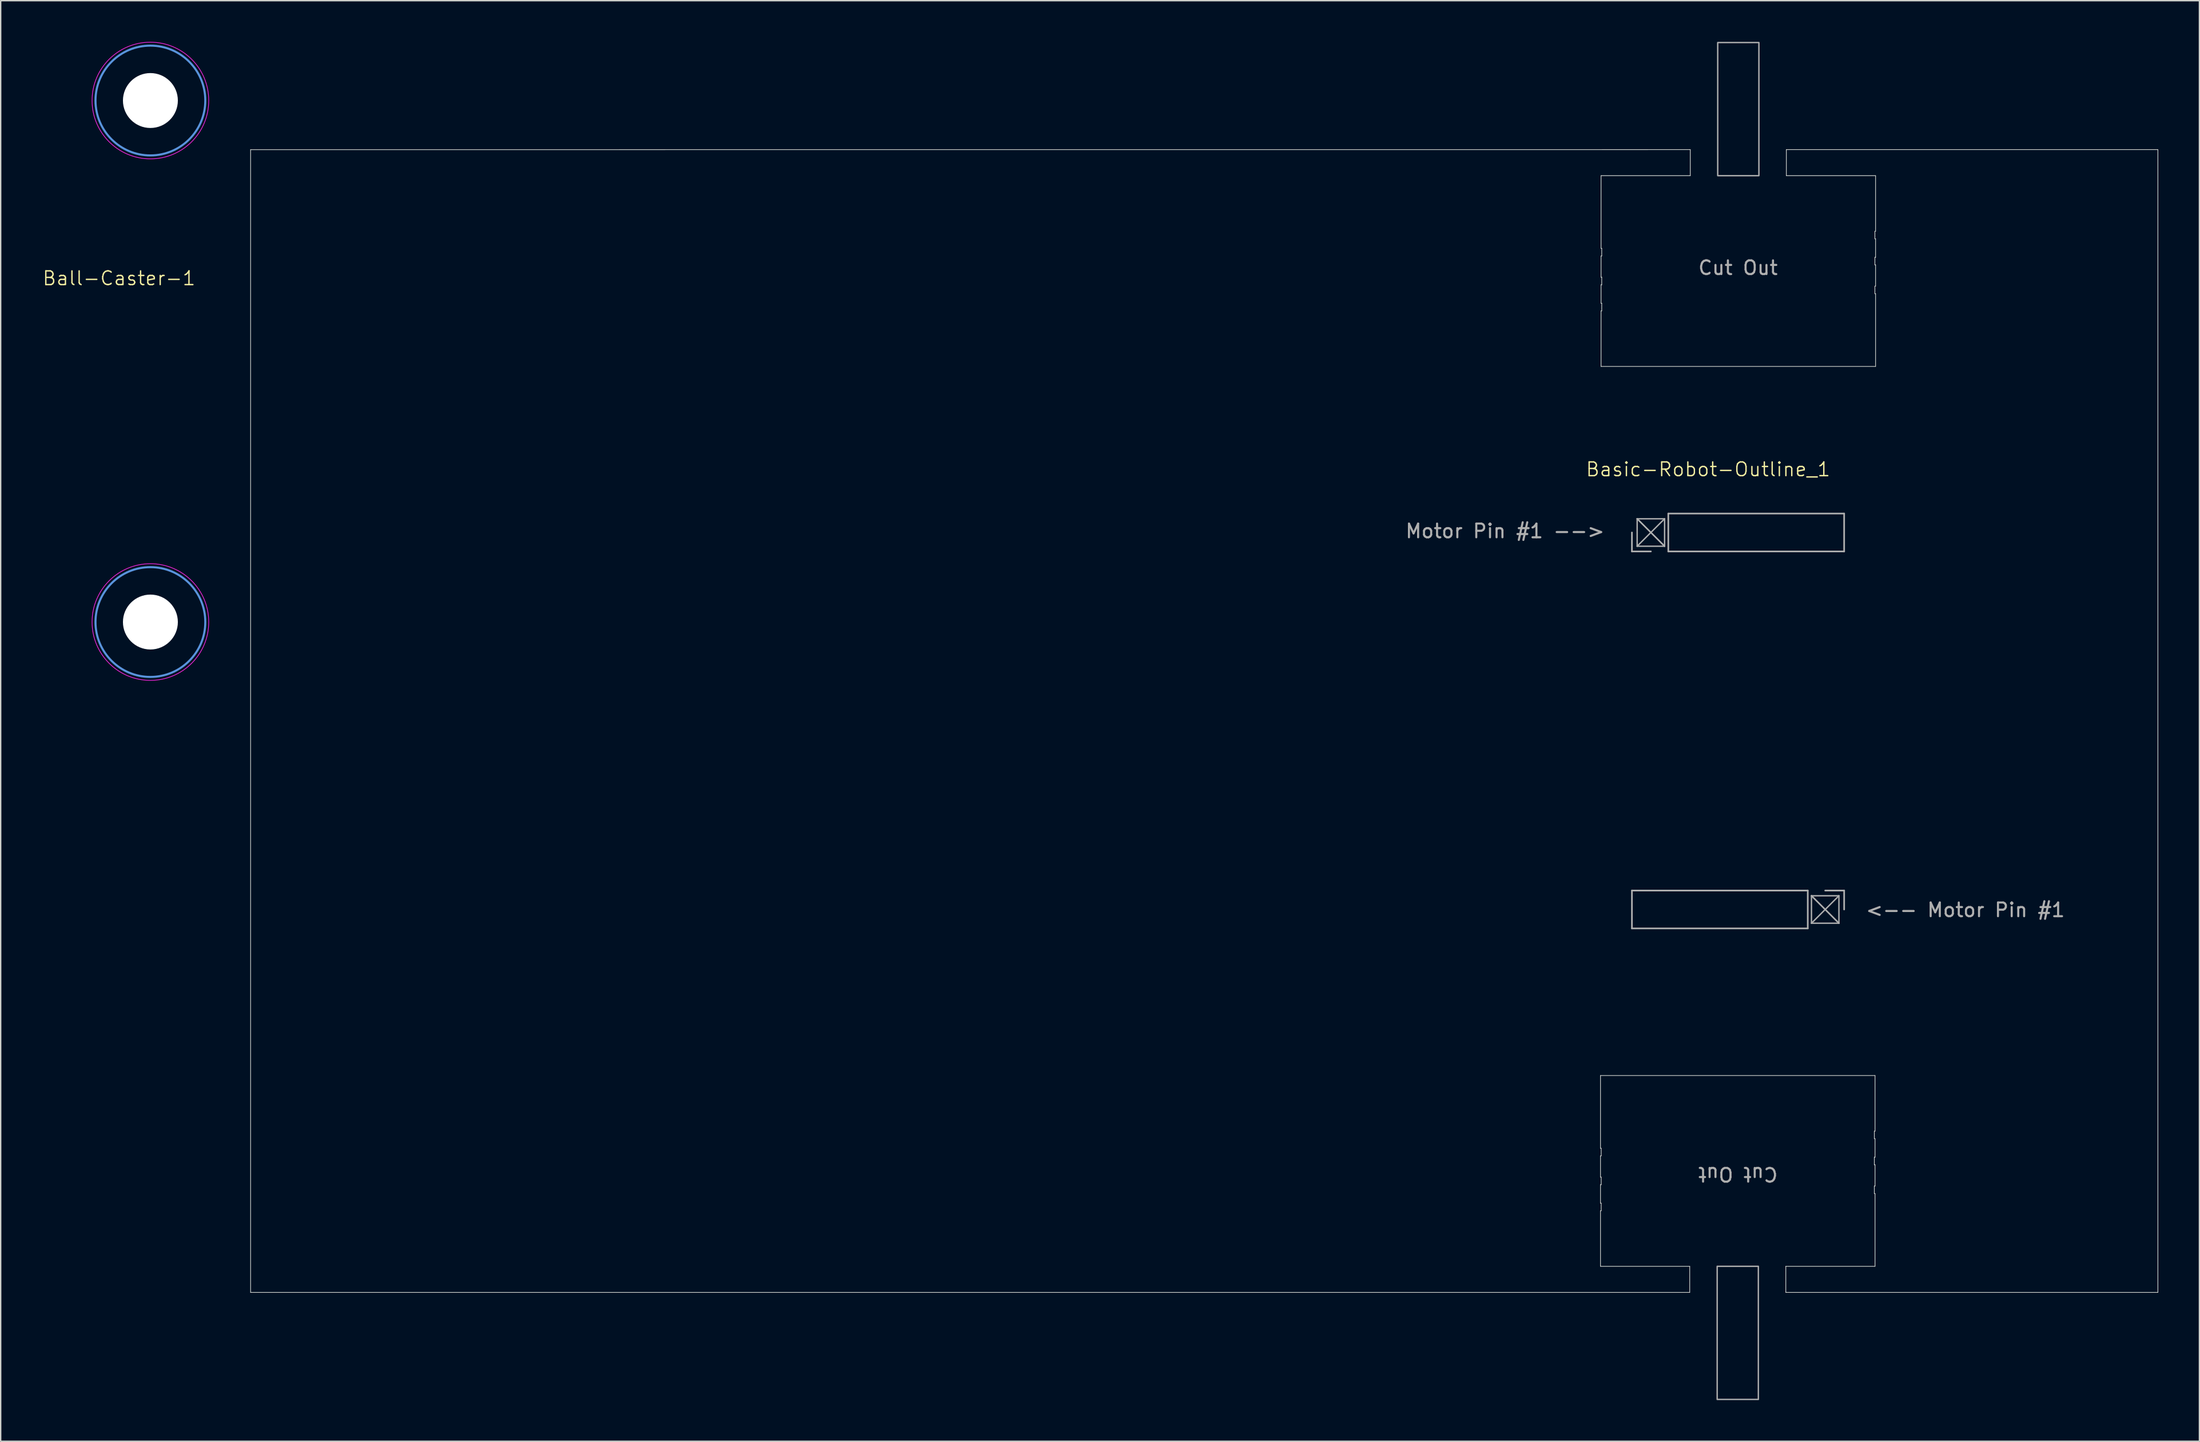
<source format=kicad_pcb>
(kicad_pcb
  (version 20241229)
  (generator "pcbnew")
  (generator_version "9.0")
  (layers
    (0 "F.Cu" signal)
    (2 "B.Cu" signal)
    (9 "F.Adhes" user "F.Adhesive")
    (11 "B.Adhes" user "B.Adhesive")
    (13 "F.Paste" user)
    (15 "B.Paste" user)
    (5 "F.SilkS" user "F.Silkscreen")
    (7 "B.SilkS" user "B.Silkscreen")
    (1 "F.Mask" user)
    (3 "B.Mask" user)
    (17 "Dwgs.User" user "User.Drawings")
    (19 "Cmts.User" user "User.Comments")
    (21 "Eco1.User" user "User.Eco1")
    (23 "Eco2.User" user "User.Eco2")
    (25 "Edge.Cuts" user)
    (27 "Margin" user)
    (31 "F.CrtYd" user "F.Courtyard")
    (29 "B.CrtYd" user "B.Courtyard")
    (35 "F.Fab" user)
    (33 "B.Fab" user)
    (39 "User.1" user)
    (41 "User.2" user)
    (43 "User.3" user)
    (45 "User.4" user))
  (footprint "Basic-Robot-Outline_1"
    (layer "F.Cu")
    (at 117.219 35.75)
    (property "Reference" "Basic-Robot-Outline_1" (at 4.17 -4.6 0) (unlocked yes) (layer "F.SilkS") (effects (font (size 1 1) (thickness 0.1))))
    (attr exclude_from_bom)
    (fp_line (start -102.012 55.372) (end -102.012 -27.896) (stroke (width 0.05) (type default)) (layer "Edge.Cuts"))
    (fp_line (start -3.67 39.57) (end 16.33 39.57) (stroke (width 0.05) (type default)) (layer "Edge.Cuts"))
    (fp_line (start -3.67 44.87) (end -3.67 39.57) (stroke (width 0.05) (type default)) (layer "Edge.Cuts"))
    (fp_line (start -3.67 44.87) (end -3.62 44.87) (stroke (width 0.05) (type default)) (layer "Edge.Cuts"))
    (fp_line (start -3.67 45.42) (end -3.67 46.97) (stroke (width 0.05) (type default)) (layer "Edge.Cuts"))
    (fp_line (start -3.67 45.42) (end -3.62 45.42) (stroke (width 0.05) (type default)) (layer "Edge.Cuts"))
    (fp_line (start -3.67 46.97) (end -3.62 46.97) (stroke (width 0.05) (type default)) (layer "Edge.Cuts"))
    (fp_line (start -3.67 47.52) (end -3.62 47.52) (stroke (width 0.05) (type default)) (layer "Edge.Cuts"))
    (fp_line (start -3.67 48.87) (end -3.67 47.52) (stroke (width 0.05) (type default)) (layer "Edge.Cuts"))
    (fp_line (start -3.67 48.87) (end -3.62 48.87) (stroke (width 0.05) (type default)) (layer "Edge.Cuts"))
    (fp_line (start -3.67 49.42) (end -3.67 53.47) (stroke (width 0.05) (type default)) (layer "Edge.Cuts"))
    (fp_line (start -3.67 49.42) (end -3.62 49.42) (stroke (width 0.05) (type default)) (layer "Edge.Cuts"))
    (fp_line (start -3.63 -26) (end 2.87 -26) (stroke (width 0.05) (type default)) (layer "Edge.Cuts"))
    (fp_line (start -3.63 -20.7) (end -3.63 -26) (stroke (width 0.05) (type default)) (layer "Edge.Cuts"))
    (fp_line (start -3.63 -20.7) (end -3.58 -20.7) (stroke (width 0.05) (type default)) (layer "Edge.Cuts"))
    (fp_line (start -3.63 -20.15) (end -3.63 -18.6) (stroke (width 0.05) (type default)) (layer "Edge.Cuts"))
    (fp_line (start -3.63 -20.15) (end -3.58 -20.15) (stroke (width 0.05) (type default)) (layer "Edge.Cuts"))
    (fp_line (start -3.63 -18.6) (end -3.58 -18.6) (stroke (width 0.05) (type default)) (layer "Edge.Cuts"))
    (fp_line (start -3.63 -18.05) (end -3.58 -18.05) (stroke (width 0.05) (type default)) (layer "Edge.Cuts"))
    (fp_line (start -3.63 -16.7) (end -3.63 -18.05) (stroke (width 0.05) (type default)) (layer "Edge.Cuts"))
    (fp_line (start -3.63 -16.7) (end -3.58 -16.7) (stroke (width 0.05) (type default)) (layer "Edge.Cuts"))
    (fp_line (start -3.63 -16.15) (end -3.63 -12.1) (stroke (width 0.05) (type default)) (layer "Edge.Cuts"))
    (fp_line (start -3.63 -16.15) (end -3.58 -16.15) (stroke (width 0.05) (type default)) (layer "Edge.Cuts"))
    (fp_line (start -3.62 45.42) (end -3.62 44.87) (stroke (width 0.05) (type default)) (layer "Edge.Cuts"))
    (fp_line (start -3.62 47.52) (end -3.62 46.97) (stroke (width 0.05) (type default)) (layer "Edge.Cuts"))
    (fp_line (start -3.62 49.42) (end -3.62 48.87) (stroke (width 0.05) (type default)) (layer "Edge.Cuts"))
    (fp_line (start -3.58 -20.15) (end -3.58 -20.7) (stroke (width 0.05) (type default)) (layer "Edge.Cuts"))
    (fp_line (start -3.58 -18.05) (end -3.58 -18.6) (stroke (width 0.05) (type default)) (layer "Edge.Cuts"))
    (fp_line (start -3.58 -16.15) (end -3.58 -16.7) (stroke (width 0.05) (type default)) (layer "Edge.Cuts"))
    (fp_line (start 2.83 53.47) (end -3.67 53.47) (stroke (width 0.05) (type default)) (layer "Edge.Cuts"))
    (fp_line (start 2.83 55.37) (end 2.83 53.47) (stroke (width 0.05) (type default)) (layer "Edge.Cuts"))
    (fp_line (start 2.83 55.372) (end -102.012 55.372) (stroke (width 0.05) (type default)) (layer "Edge.Cuts"))
    (fp_line (start 2.87 -27.9) (end -102.012 -27.896) (stroke (width 0.05) (type default)) (layer "Edge.Cuts"))
    (fp_line (start 2.87 -26) (end 2.87 -27.9) (stroke (width 0.05) (type default)) (layer "Edge.Cuts"))
    (fp_line (start 9.83 53.47) (end 9.83 55.37) (stroke (width 0.05) (type default)) (layer "Edge.Cuts"))
    (fp_line (start 9.83 55.372) (end 36.938 55.372) (stroke (width 0.05) (type default)) (layer "Edge.Cuts"))
    (fp_line (start 9.87 -27.9) (end 9.87 -26) (stroke (width 0.05) (type default)) (layer "Edge.Cuts"))
    (fp_line (start 9.87 -26) (end 16.37 -26) (stroke (width 0.05) (type default)) (layer "Edge.Cuts"))
    (fp_line (start 16.28 43.62) (end 16.28 44.17) (stroke (width 0.05) (type default)) (layer "Edge.Cuts"))
    (fp_line (start 16.28 45.52) (end 16.28 46.07) (stroke (width 0.05) (type default)) (layer "Edge.Cuts"))
    (fp_line (start 16.28 47.62) (end 16.28 48.17) (stroke (width 0.05) (type default)) (layer "Edge.Cuts"))
    (fp_line (start 16.32 -21.95) (end 16.32 -21.4) (stroke (width 0.05) (type default)) (layer "Edge.Cuts"))
    (fp_line (start 16.32 -20.05) (end 16.32 -19.5) (stroke (width 0.05) (type default)) (layer "Edge.Cuts"))
    (fp_line (start 16.32 -17.95) (end 16.32 -17.4) (stroke (width 0.05) (type default)) (layer "Edge.Cuts"))
    (fp_line (start 16.33 43.62) (end 16.28 43.62) (stroke (width 0.05) (type default)) (layer "Edge.Cuts"))
    (fp_line (start 16.33 43.62) (end 16.33 39.57) (stroke (width 0.05) (type default)) (layer "Edge.Cuts"))
    (fp_line (start 16.33 44.17) (end 16.28 44.17) (stroke (width 0.05) (type default)) (layer "Edge.Cuts"))
    (fp_line (start 16.33 44.17) (end 16.33 45.52) (stroke (width 0.05) (type default)) (layer "Edge.Cuts"))
    (fp_line (start 16.33 45.52) (end 16.28 45.52) (stroke (width 0.05) (type default)) (layer "Edge.Cuts"))
    (fp_line (start 16.33 46.07) (end 16.28 46.07) (stroke (width 0.05) (type default)) (layer "Edge.Cuts"))
    (fp_line (start 16.33 47.62) (end 16.28 47.62) (stroke (width 0.05) (type default)) (layer "Edge.Cuts"))
    (fp_line (start 16.33 47.62) (end 16.33 46.07) (stroke (width 0.05) (type default)) (layer "Edge.Cuts"))
    (fp_line (start 16.33 48.17) (end 16.28 48.17) (stroke (width 0.05) (type default)) (layer "Edge.Cuts"))
    (fp_line (start 16.33 48.17) (end 16.33 53.47) (stroke (width 0.05) (type default)) (layer "Edge.Cuts"))
    (fp_line (start 16.33 53.47) (end 9.83 53.47) (stroke (width 0.05) (type default)) (layer "Edge.Cuts"))
    (fp_line (start 16.37 -21.95) (end 16.32 -21.95) (stroke (width 0.05) (type default)) (layer "Edge.Cuts"))
    (fp_line (start 16.37 -21.95) (end 16.37 -26) (stroke (width 0.05) (type default)) (layer "Edge.Cuts"))
    (fp_line (start 16.37 -21.4) (end 16.32 -21.4) (stroke (width 0.05) (type default)) (layer "Edge.Cuts"))
    (fp_line (start 16.37 -21.4) (end 16.37 -20.05) (stroke (width 0.05) (type default)) (layer "Edge.Cuts"))
    (fp_line (start 16.37 -20.05) (end 16.32 -20.05) (stroke (width 0.05) (type default)) (layer "Edge.Cuts"))
    (fp_line (start 16.37 -19.5) (end 16.32 -19.5) (stroke (width 0.05) (type default)) (layer "Edge.Cuts"))
    (fp_line (start 16.37 -17.95) (end 16.32 -17.95) (stroke (width 0.05) (type default)) (layer "Edge.Cuts"))
    (fp_line (start 16.37 -17.95) (end 16.37 -19.5) (stroke (width 0.05) (type default)) (layer "Edge.Cuts"))
    (fp_line (start 16.37 -17.4) (end 16.32 -17.4) (stroke (width 0.05) (type default)) (layer "Edge.Cuts"))
    (fp_line (start 16.37 -17.4) (end 16.37 -12.1) (stroke (width 0.05) (type default)) (layer "Edge.Cuts"))
    (fp_line (start 16.37 -12.1) (end -3.63 -12.1) (stroke (width 0.05) (type default)) (layer "Edge.Cuts"))
    (fp_line (start 36.938 -27.9) (end 9.87 -27.9) (stroke (width 0.05) (type default)) (layer "Edge.Cuts"))
    (fp_line (start 36.938 -27.9) (end 36.938 55.364) (stroke (width 0.05) (type default)) (layer "Edge.Cuts"))
    (fp_line (start -1.38 1.38) (end -1.38 0) (stroke (width 0.12) (type solid)) (layer "F.Fab"))
    (fp_line (start -1.38 26.09) (end -1.38 28.85) (stroke (width 0.12) (type solid)) (layer "F.Fab"))
    (fp_line (start -1 -1) (end -1 1) (stroke (width 0.1) (type default)) (layer "F.Fab"))
    (fp_line (start -1 -1) (end 1 -1) (stroke (width 0.1) (type default)) (layer "F.Fab"))
    (fp_line (start -1 1) (end 1 1) (stroke (width 0.1) (type default)) (layer "F.Fab"))
    (fp_line (start 0 0) (end -1 -1) (stroke (width 0.1) (type default)) (layer "F.Fab"))
    (fp_line (start 0 0) (end -1 1) (stroke (width 0.1) (type default)) (layer "F.Fab"))
    (fp_line (start 0 0) (end 1 -1) (stroke (width 0.1) (type default)) (layer "F.Fab"))
    (fp_line (start 0 1.38) (end -1.38 1.38) (stroke (width 0.12) (type solid)) (layer "F.Fab"))
    (fp_line (start 1 -1) (end 1 1) (stroke (width 0.1) (type default)) (layer "F.Fab"))
    (fp_line (start 1 1) (end -1 -1) (stroke (width 0.1) (type default)) (layer "F.Fab"))
    (fp_line (start 1 1) (end 0 0) (stroke (width 0.1) (type default)) (layer "F.Fab"))
    (fp_line (start 1.27 -1.38) (end 14.08 -1.38) (stroke (width 0.12) (type solid)) (layer "F.Fab"))
    (fp_line (start 1.27 1.38) (end 1.27 -1.38) (stroke (width 0.12) (type solid)) (layer "F.Fab"))
    (fp_line (start 1.27 1.38) (end 14.08 1.38) (stroke (width 0.12) (type solid)) (layer "F.Fab"))
    (fp_line (start 11.43 26.09) (end -1.38 26.09) (stroke (width 0.12) (type solid)) (layer "F.Fab"))
    (fp_line (start 11.43 26.09) (end 11.43 28.85) (stroke (width 0.12) (type solid)) (layer "F.Fab"))
    (fp_line (start 11.43 28.85) (end -1.38 28.85) (stroke (width 0.12) (type solid)) (layer "F.Fab"))
    (fp_line (start 11.7 26.47) (end 12.7 27.47) (stroke (width 0.1) (type default)) (layer "F.Fab"))
    (fp_line (start 11.7 26.47) (end 13.7 28.47) (stroke (width 0.1) (type default)) (layer "F.Fab"))
    (fp_line (start 11.7 28.47) (end 11.7 26.47) (stroke (width 0.1) (type default)) (layer "F.Fab"))
    (fp_line (start 12.7 26.09) (end 14.08 26.09) (stroke (width 0.12) (type solid)) (layer "F.Fab"))
    (fp_line (start 12.7 27.47) (end 11.7 28.47) (stroke (width 0.1) (type default)) (layer "F.Fab"))
    (fp_line (start 12.7 27.47) (end 13.7 26.47) (stroke (width 0.1) (type default)) (layer "F.Fab"))
    (fp_line (start 12.7 27.47) (end 13.7 28.47) (stroke (width 0.1) (type default)) (layer "F.Fab"))
    (fp_line (start 13.7 26.47) (end 11.7 26.47) (stroke (width 0.1) (type default)) (layer "F.Fab"))
    (fp_line (start 13.7 28.47) (end 11.7 28.47) (stroke (width 0.1) (type default)) (layer "F.Fab"))
    (fp_line (start 13.7 28.47) (end 13.7 26.47) (stroke (width 0.1) (type default)) (layer "F.Fab"))
    (fp_line (start 14.08 1.38) (end 14.08 -1.38) (stroke (width 0.12) (type solid)) (layer "F.Fab"))
    (fp_line (start 14.08 26.09) (end 14.08 27.47) (stroke (width 0.12) (type solid)) (layer "F.Fab"))
    (fp_rect (start 4.83 53.47) (end 7.83 63.17) (stroke (width 0.1) (type solid)) (fill no) (layer "F.Fab"))
    (fp_rect (start 4.87 -35.7) (end 7.87 -26) (stroke (width 0.1) (type solid)) (fill no) (layer "F.Fab"))
    (fp_text user "Cut Out" (at 9.33 46.17 180) (unlocked yes) (layer "F.Fab") (effects (font (size 1 1) (thickness 0.15)) (justify left bottom)))
    (fp_text user "Cut Out" (at 3.37 -18.7 0) (unlocked yes) (layer "F.Fab") (effects (font (size 1 1) (thickness 0.15)) (justify left bottom)))
    (fp_text user "<-- Motor Pin #1 " (at 15.57 28.09 0) (unlocked yes) (layer "F.Fab") (effects (font (size 1 1) (thickness 0.15)) (justify left bottom)))
    (fp_text user "Motor Pin #1 -->" (at -17.96 0.48 0) (unlocked yes) (layer "F.Fab") (effects (font (size 1 1) (thickness 0.15)) (justify left bottom))))
  (footprint "Ball-Caster-1"
    (layer "F.Cu")
    (at 7.907 4.275)
    (property "Reference" "Ball-Caster-1" (at -2.286 12.954 0) (unlocked yes) (layer "F.SilkS") (effects (font (size 1 1) (thickness 0.1))))
    (attr through_hole)
    (fp_circle (center 0 0) (end 4 0) (stroke (width 0.15) (type solid)) (fill no) (layer "Cmts.User"))
    (fp_circle (center 0 38) (end 4 38) (stroke (width 0.15) (type solid)) (fill no) (layer "Cmts.User"))
    (fp_circle (center 0 0) (end 4.25 0) (stroke (width 0.05) (type solid)) (fill no) (layer "F.CrtYd"))
    (fp_circle (center 0 38) (end 4.25 38) (stroke (width 0.05) (type solid)) (fill no) (layer "F.CrtYd"))
    (pad "" np_thru_hole circle (at 0 0) (size 4 4) (drill 4) (layers "*.Cu" "*.Mask"))
    (pad "" np_thru_hole circle (at 0 38) (size 4 4) (drill 4) (layers "*.Cu" "*.Mask")))
  (gr_rect
    (start -3 -3)
    (end 157.182 101.97)
    (stroke (width 0.1) (type default))
    (fill no)
    (layer "Edge.Cuts")))
</source>
